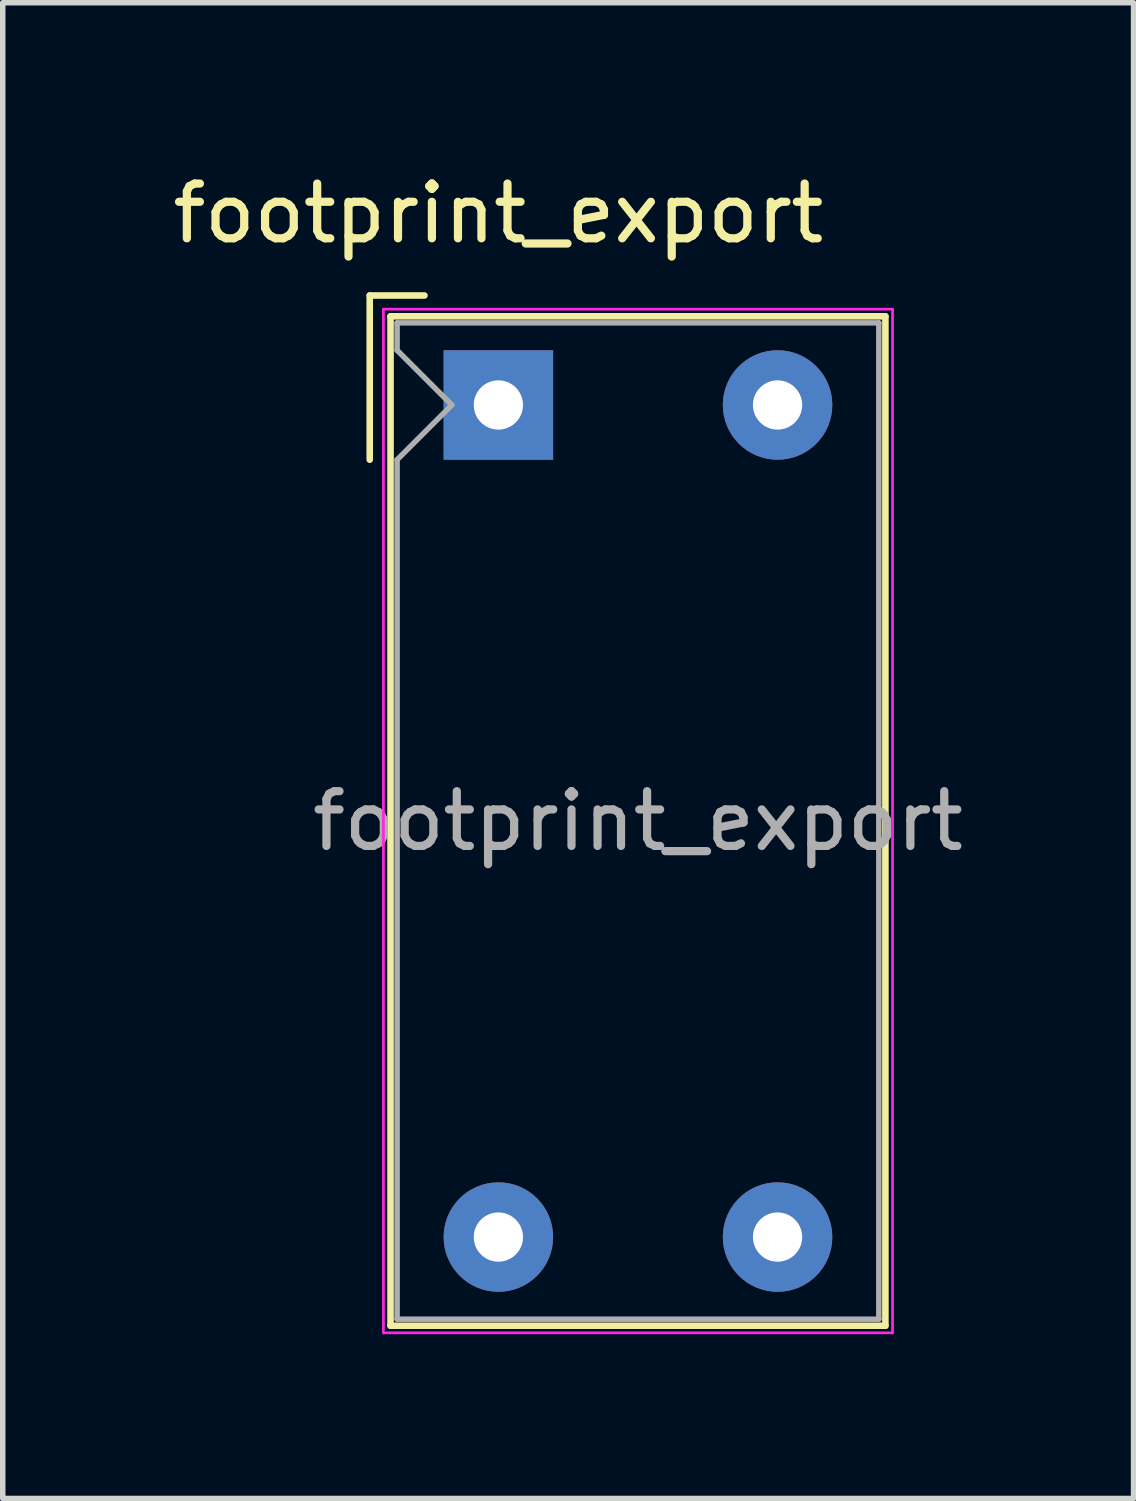
<source format=kicad_pcb>
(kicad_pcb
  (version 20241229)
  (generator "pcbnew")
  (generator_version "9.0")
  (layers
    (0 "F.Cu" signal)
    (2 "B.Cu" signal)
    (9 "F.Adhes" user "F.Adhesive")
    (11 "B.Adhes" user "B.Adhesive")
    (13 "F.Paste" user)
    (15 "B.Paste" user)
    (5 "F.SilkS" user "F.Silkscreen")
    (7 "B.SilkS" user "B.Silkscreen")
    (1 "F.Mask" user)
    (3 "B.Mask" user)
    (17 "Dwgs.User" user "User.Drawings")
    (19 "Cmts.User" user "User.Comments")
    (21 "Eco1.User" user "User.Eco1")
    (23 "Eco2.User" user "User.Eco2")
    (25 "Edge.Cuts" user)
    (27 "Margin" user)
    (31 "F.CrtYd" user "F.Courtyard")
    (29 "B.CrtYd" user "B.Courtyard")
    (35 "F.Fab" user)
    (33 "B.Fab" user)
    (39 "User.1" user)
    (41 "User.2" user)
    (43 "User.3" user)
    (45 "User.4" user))
  (footprint "footprint_export"
    (layer "F.Cu")
    (at 6.054 4.348)
    (property "Reference" "footprint_export" (at 0 -3.5 0) (layer "F.SilkS") (effects (font (size 1 1) (thickness 0.15))))
    (attr through_hole)
    (fp_line (start -2.35 -2) (end -2.35 1) (stroke (width 0.12) (type solid)) (layer "F.SilkS"))
    (fp_line (start -2.35 -2) (end -1.35 -2) (stroke (width 0.12) (type solid)) (layer "F.SilkS"))
    (fp_line (start -1.97 -1.62) (end 7.07 -1.62) (stroke (width 0.12) (type solid)) (layer "F.SilkS"))
    (fp_line (start -1.97 16.82) (end -1.97 -1.62) (stroke (width 0.12) (type solid)) (layer "F.SilkS"))
    (fp_line (start 7.07 -1.62) (end 7.07 16.82) (stroke (width 0.12) (type solid)) (layer "F.SilkS"))
    (fp_line (start 7.07 16.82) (end -1.97 16.82) (stroke (width 0.12) (type solid)) (layer "F.SilkS"))
    (fp_line (start -2.1 -1.75) (end -2.1 16.95) (stroke (width 0.05) (type solid)) (layer "F.CrtYd"))
    (fp_line (start -2.1 16.95) (end 7.2 16.95) (stroke (width 0.05) (type solid)) (layer "F.CrtYd"))
    (fp_line (start 7.2 -1.75) (end -2.1 -1.75) (stroke (width 0.05) (type solid)) (layer "F.CrtYd"))
    (fp_line (start 7.2 16.95) (end 7.2 -1.75) (stroke (width 0.05) (type solid)) (layer "F.CrtYd"))
    (fp_line (start -1.85 -1.5) (end 6.95 -1.5) (stroke (width 0.1) (type solid)) (layer "F.Fab"))
    (fp_line (start -1.85 -1) (end -1.85 -1.5) (stroke (width 0.1) (type solid)) (layer "F.Fab"))
    (fp_line (start -1.85 1) (end -0.85 0) (stroke (width 0.1) (type solid)) (layer "F.Fab"))
    (fp_line (start -1.85 16.7) (end -1.85 1) (stroke (width 0.1) (type solid)) (layer "F.Fab"))
    (fp_line (start -0.85 0) (end -1.85 -1) (stroke (width 0.1) (type solid)) (layer "F.Fab"))
    (fp_line (start 6.95 -1.5) (end 6.95 16.7) (stroke (width 0.1) (type solid)) (layer "F.Fab"))
    (fp_line (start 6.95 16.7) (end -1.85 16.7) (stroke (width 0.1) (type solid)) (layer "F.Fab"))
    (fp_text user "${REFERENCE}" (at 2.55 7.6 0) (layer "F.Fab") (effects (font (size 1 1) (thickness 0.15))))
    (pad "1" thru_hole rect (at 0 0) (size 2 2) (drill 0.9) (layers "*.Cu" "*.Mask"))
    (pad "2" thru_hole circle (at 5.1 0) (size 2 2) (drill 0.9) (layers "*.Cu" "*.Mask"))
    (pad "3" thru_hole circle (at 0 15.2) (size 2 2) (drill 0.9) (layers "*.Cu" "*.Mask"))
    (pad "4" thru_hole circle (at 5.1 15.2) (size 2 2) (drill 0.9) (layers "*.Cu" "*.Mask")))
  (gr_rect
    (start -3 -3)
    (end 17.657 24.323)
    (stroke (width 0.1) (type default))
    (fill no)
    (layer "Edge.Cuts")))
</source>
